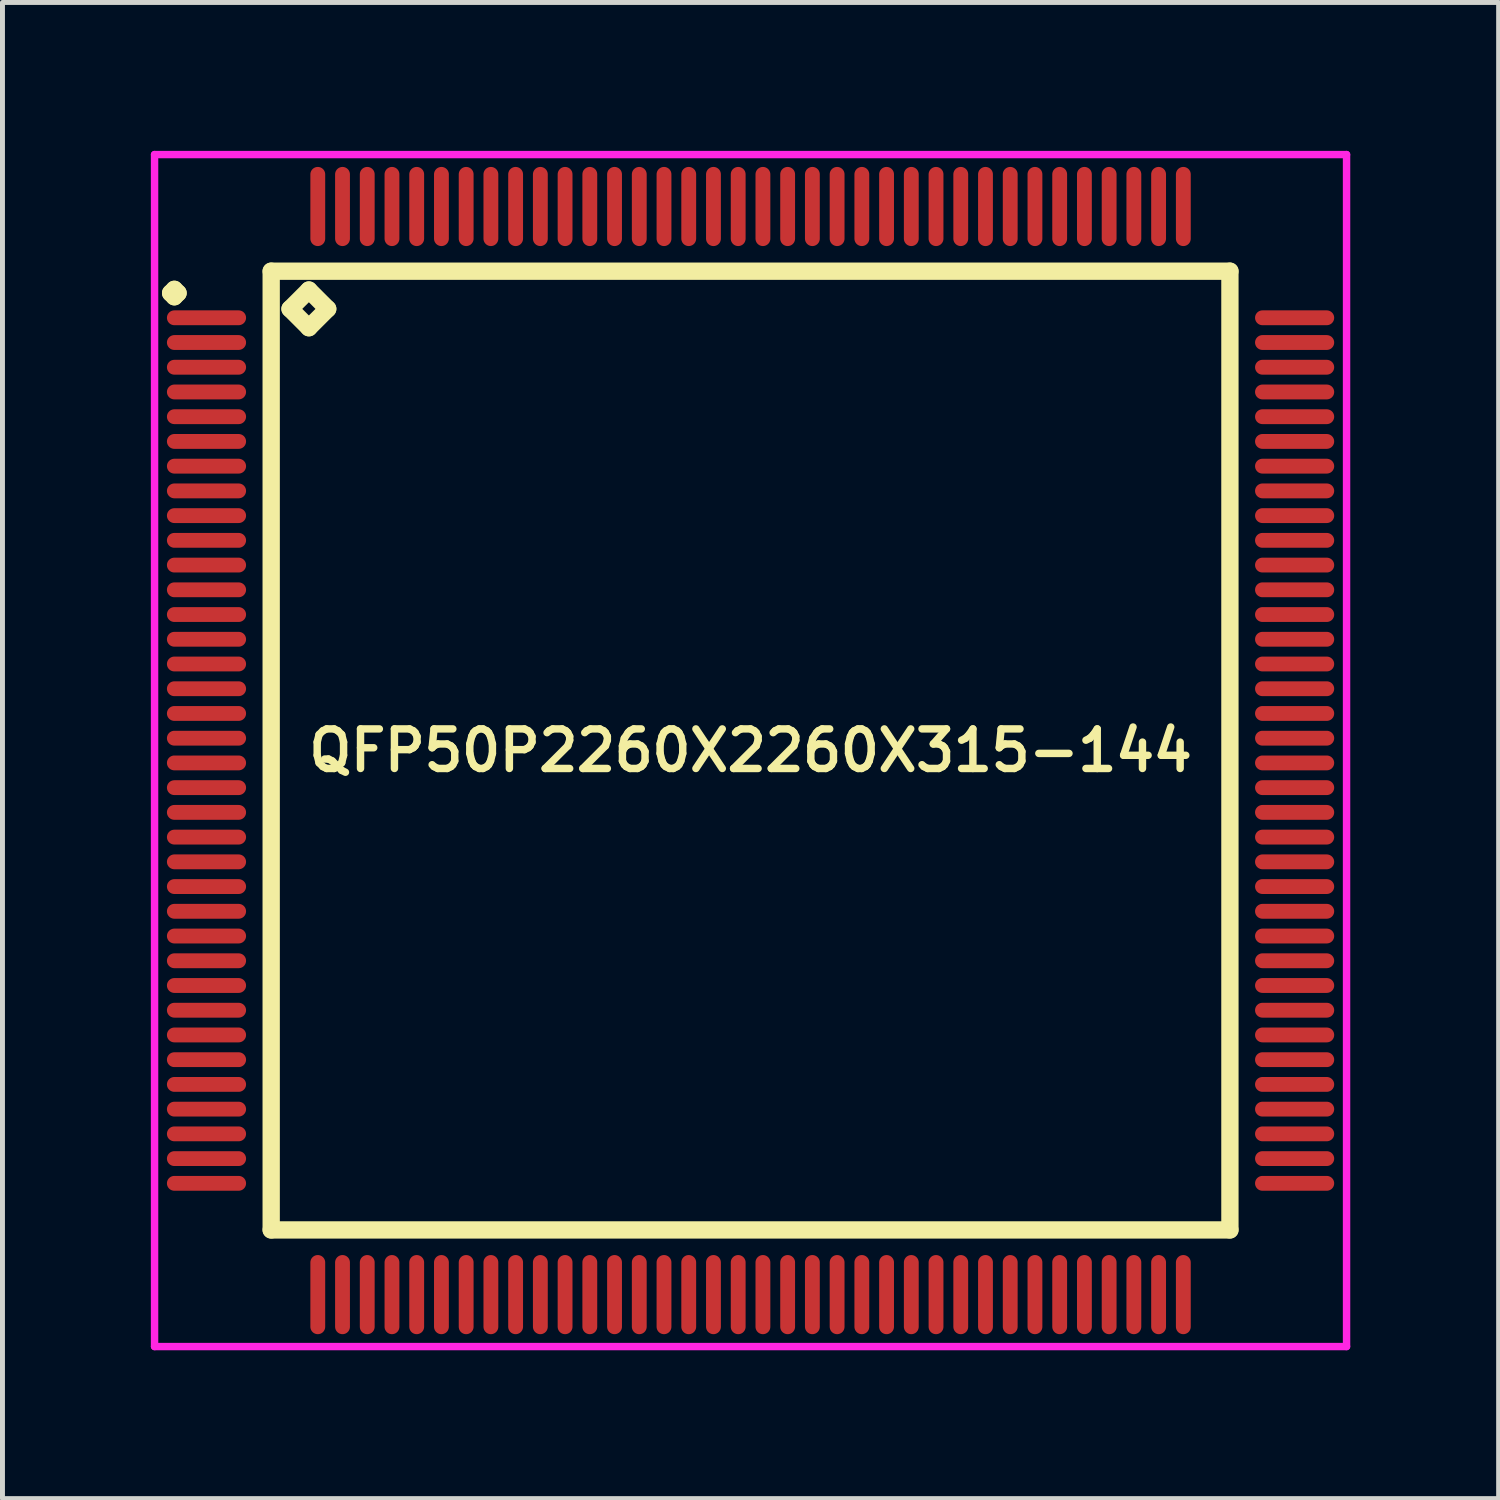
<source format=kicad_pcb>
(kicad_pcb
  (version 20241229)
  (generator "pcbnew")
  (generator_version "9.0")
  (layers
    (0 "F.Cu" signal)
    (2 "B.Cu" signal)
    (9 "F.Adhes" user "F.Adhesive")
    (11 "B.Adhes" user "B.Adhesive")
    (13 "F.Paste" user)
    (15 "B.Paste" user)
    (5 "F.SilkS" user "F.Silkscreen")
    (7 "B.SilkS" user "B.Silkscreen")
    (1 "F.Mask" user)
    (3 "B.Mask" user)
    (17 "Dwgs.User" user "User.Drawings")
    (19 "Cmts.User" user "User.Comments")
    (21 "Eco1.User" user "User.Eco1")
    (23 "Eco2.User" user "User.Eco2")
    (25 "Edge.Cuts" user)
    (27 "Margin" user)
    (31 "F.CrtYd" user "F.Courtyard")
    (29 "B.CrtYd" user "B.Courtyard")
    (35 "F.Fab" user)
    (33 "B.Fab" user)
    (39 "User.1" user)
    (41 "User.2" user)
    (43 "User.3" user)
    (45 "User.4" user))
  (footprint "QFP50P2260X2260X315-144"
    (layer "F.Cu")
    (at 12.125 12.125)
    (property "Reference" "QFP50P2260X2260X315-144" (at 0 0 0) (layer "F.SilkS") (effects (font (size 0.8 0.8) (thickness 0.15))))
    (attr smd)
    (fp_line (start -11.725 -9.25) (end -11.65 -9.325) (stroke (width 0.35) (type solid)) (layer "F.SilkS"))
    (fp_line (start -11.65 -9.325) (end -11.575 -9.25) (stroke (width 0.35) (type solid)) (layer "F.SilkS"))
    (fp_line (start -11.65 -9.175) (end -11.725 -9.25) (stroke (width 0.35) (type solid)) (layer "F.SilkS"))
    (fp_line (start -11.575 -9.25) (end -11.65 -9.175) (stroke (width 0.35) (type solid)) (layer "F.SilkS"))
    (fp_line (start -9.692 -9.692) (end -9.692 9.692) (stroke (width 0.35) (type solid)) (layer "F.SilkS"))
    (fp_line (start -9.692 9.692) (end 9.692 9.692) (stroke (width 0.35) (type solid)) (layer "F.SilkS"))
    (fp_line (start -9.311 -8.93) (end -8.93 -9.311) (stroke (width 0.35) (type solid)) (layer "F.SilkS"))
    (fp_line (start -8.93 -9.311) (end -8.549 -8.93) (stroke (width 0.35) (type solid)) (layer "F.SilkS"))
    (fp_line (start -8.93 -8.549) (end -9.311 -8.93) (stroke (width 0.35) (type solid)) (layer "F.SilkS"))
    (fp_line (start -8.549 -8.93) (end -8.93 -8.549) (stroke (width 0.35) (type solid)) (layer "F.SilkS"))
    (fp_line (start 9.692 -9.692) (end -9.692 -9.692) (stroke (width 0.35) (type solid)) (layer "F.SilkS"))
    (fp_line (start 9.692 9.692) (end 9.692 -9.692) (stroke (width 0.35) (type solid)) (layer "F.SilkS"))
    (fp_line (start -12.05 -12.05) (end 12.05 -12.05) (stroke (width 0.15) (type solid)) (layer "F.CrtYd"))
    (fp_line (start -12.05 12.05) (end -12.05 -12.05) (stroke (width 0.15) (type solid)) (layer "F.CrtYd"))
    (fp_line (start 12.05 -12.05) (end 12.05 12.05) (stroke (width 0.15) (type solid)) (layer "F.CrtYd"))
    (fp_line (start 12.05 12.05) (end -12.05 12.05) (stroke (width 0.15) (type solid)) (layer "F.CrtYd"))
    (pad "1" smd oval (at -11 -8.75) (size 1.6 0.3) (layers "F.Cu" "F.Mask" "F.Paste"))
    (pad "2" smd oval (at -11 -8.25) (size 1.6 0.3) (layers "F.Cu" "F.Mask" "F.Paste"))
    (pad "3" smd oval (at -11 -7.75) (size 1.6 0.3) (layers "F.Cu" "F.Mask" "F.Paste"))
    (pad "4" smd oval (at -11 -7.25) (size 1.6 0.3) (layers "F.Cu" "F.Mask" "F.Paste"))
    (pad "5" smd oval (at -11 -6.75) (size 1.6 0.3) (layers "F.Cu" "F.Mask" "F.Paste"))
    (pad "6" smd oval (at -11 -6.25) (size 1.6 0.3) (layers "F.Cu" "F.Mask" "F.Paste"))
    (pad "7" smd oval (at -11 -5.75) (size 1.6 0.3) (layers "F.Cu" "F.Mask" "F.Paste"))
    (pad "8" smd oval (at -11 -5.25) (size 1.6 0.3) (layers "F.Cu" "F.Mask" "F.Paste"))
    (pad "9" smd oval (at -11 -4.75) (size 1.6 0.3) (layers "F.Cu" "F.Mask" "F.Paste"))
    (pad "10" smd oval (at -11 -4.25) (size 1.6 0.3) (layers "F.Cu" "F.Mask" "F.Paste"))
    (pad "11" smd oval (at -11 -3.75) (size 1.6 0.3) (layers "F.Cu" "F.Mask" "F.Paste"))
    (pad "12" smd oval (at -11 -3.25) (size 1.6 0.3) (layers "F.Cu" "F.Mask" "F.Paste"))
    (pad "13" smd oval (at -11 -2.75) (size 1.6 0.3) (layers "F.Cu" "F.Mask" "F.Paste"))
    (pad "14" smd oval (at -11 -2.25) (size 1.6 0.3) (layers "F.Cu" "F.Mask" "F.Paste"))
    (pad "15" smd oval (at -11 -1.75) (size 1.6 0.3) (layers "F.Cu" "F.Mask" "F.Paste"))
    (pad "16" smd oval (at -11 -1.25) (size 1.6 0.3) (layers "F.Cu" "F.Mask" "F.Paste"))
    (pad "17" smd oval (at -11 -0.75) (size 1.6 0.3) (layers "F.Cu" "F.Mask" "F.Paste"))
    (pad "18" smd oval (at -11 -0.25) (size 1.6 0.3) (layers "F.Cu" "F.Mask" "F.Paste"))
    (pad "19" smd oval (at -11 0.25) (size 1.6 0.3) (layers "F.Cu" "F.Mask" "F.Paste"))
    (pad "20" smd oval (at -11 0.75) (size 1.6 0.3) (layers "F.Cu" "F.Mask" "F.Paste"))
    (pad "21" smd oval (at -11 1.25) (size 1.6 0.3) (layers "F.Cu" "F.Mask" "F.Paste"))
    (pad "22" smd oval (at -11 1.75) (size 1.6 0.3) (layers "F.Cu" "F.Mask" "F.Paste"))
    (pad "23" smd oval (at -11 2.25) (size 1.6 0.3) (layers "F.Cu" "F.Mask" "F.Paste"))
    (pad "24" smd oval (at -11 2.75) (size 1.6 0.3) (layers "F.Cu" "F.Mask" "F.Paste"))
    (pad "25" smd oval (at -11 3.25) (size 1.6 0.3) (layers "F.Cu" "F.Mask" "F.Paste"))
    (pad "26" smd oval (at -11 3.75) (size 1.6 0.3) (layers "F.Cu" "F.Mask" "F.Paste"))
    (pad "27" smd oval (at -11 4.25) (size 1.6 0.3) (layers "F.Cu" "F.Mask" "F.Paste"))
    (pad "28" smd oval (at -11 4.75) (size 1.6 0.3) (layers "F.Cu" "F.Mask" "F.Paste"))
    (pad "29" smd oval (at -11 5.25) (size 1.6 0.3) (layers "F.Cu" "F.Mask" "F.Paste"))
    (pad "30" smd oval (at -11 5.75) (size 1.6 0.3) (layers "F.Cu" "F.Mask" "F.Paste"))
    (pad "31" smd oval (at -11 6.25) (size 1.6 0.3) (layers "F.Cu" "F.Mask" "F.Paste"))
    (pad "32" smd oval (at -11 6.75) (size 1.6 0.3) (layers "F.Cu" "F.Mask" "F.Paste"))
    (pad "33" smd oval (at -11 7.25) (size 1.6 0.3) (layers "F.Cu" "F.Mask" "F.Paste"))
    (pad "34" smd oval (at -11 7.75) (size 1.6 0.3) (layers "F.Cu" "F.Mask" "F.Paste"))
    (pad "35" smd oval (at -11 8.25) (size 1.6 0.3) (layers "F.Cu" "F.Mask" "F.Paste"))
    (pad "36" smd oval (at -11 8.75) (size 1.6 0.3) (layers "F.Cu" "F.Mask" "F.Paste"))
    (pad "37" smd oval (at -8.75 11) (size 0.3 1.6) (layers "F.Cu" "F.Mask" "F.Paste"))
    (pad "38" smd oval (at -8.25 11) (size 0.3 1.6) (layers "F.Cu" "F.Mask" "F.Paste"))
    (pad "39" smd oval (at -7.75 11) (size 0.3 1.6) (layers "F.Cu" "F.Mask" "F.Paste"))
    (pad "40" smd oval (at -7.25 11) (size 0.3 1.6) (layers "F.Cu" "F.Mask" "F.Paste"))
    (pad "41" smd oval (at -6.75 11) (size 0.3 1.6) (layers "F.Cu" "F.Mask" "F.Paste"))
    (pad "42" smd oval (at -6.25 11) (size 0.3 1.6) (layers "F.Cu" "F.Mask" "F.Paste"))
    (pad "43" smd oval (at -5.75 11) (size 0.3 1.6) (layers "F.Cu" "F.Mask" "F.Paste"))
    (pad "44" smd oval (at -5.25 11) (size 0.3 1.6) (layers "F.Cu" "F.Mask" "F.Paste"))
    (pad "45" smd oval (at -4.75 11) (size 0.3 1.6) (layers "F.Cu" "F.Mask" "F.Paste"))
    (pad "46" smd oval (at -4.25 11) (size 0.3 1.6) (layers "F.Cu" "F.Mask" "F.Paste"))
    (pad "47" smd oval (at -3.75 11) (size 0.3 1.6) (layers "F.Cu" "F.Mask" "F.Paste"))
    (pad "48" smd oval (at -3.25 11) (size 0.3 1.6) (layers "F.Cu" "F.Mask" "F.Paste"))
    (pad "49" smd oval (at -2.75 11) (size 0.3 1.6) (layers "F.Cu" "F.Mask" "F.Paste"))
    (pad "50" smd oval (at -2.25 11) (size 0.3 1.6) (layers "F.Cu" "F.Mask" "F.Paste"))
    (pad "51" smd oval (at -1.75 11) (size 0.3 1.6) (layers "F.Cu" "F.Mask" "F.Paste"))
    (pad "52" smd oval (at -1.25 11) (size 0.3 1.6) (layers "F.Cu" "F.Mask" "F.Paste"))
    (pad "53" smd oval (at -0.75 11) (size 0.3 1.6) (layers "F.Cu" "F.Mask" "F.Paste"))
    (pad "54" smd oval (at -0.25 11) (size 0.3 1.6) (layers "F.Cu" "F.Mask" "F.Paste"))
    (pad "55" smd oval (at 0.25 11) (size 0.3 1.6) (layers "F.Cu" "F.Mask" "F.Paste"))
    (pad "56" smd oval (at 0.75 11) (size 0.3 1.6) (layers "F.Cu" "F.Mask" "F.Paste"))
    (pad "57" smd oval (at 1.25 11) (size 0.3 1.6) (layers "F.Cu" "F.Mask" "F.Paste"))
    (pad "58" smd oval (at 1.75 11) (size 0.3 1.6) (layers "F.Cu" "F.Mask" "F.Paste"))
    (pad "59" smd oval (at 2.25 11) (size 0.3 1.6) (layers "F.Cu" "F.Mask" "F.Paste"))
    (pad "60" smd oval (at 2.75 11) (size 0.3 1.6) (layers "F.Cu" "F.Mask" "F.Paste"))
    (pad "61" smd oval (at 3.25 11) (size 0.3 1.6) (layers "F.Cu" "F.Mask" "F.Paste"))
    (pad "62" smd oval (at 3.75 11) (size 0.3 1.6) (layers "F.Cu" "F.Mask" "F.Paste"))
    (pad "63" smd oval (at 4.25 11) (size 0.3 1.6) (layers "F.Cu" "F.Mask" "F.Paste"))
    (pad "64" smd oval (at 4.75 11) (size 0.3 1.6) (layers "F.Cu" "F.Mask" "F.Paste"))
    (pad "65" smd oval (at 5.25 11) (size 0.3 1.6) (layers "F.Cu" "F.Mask" "F.Paste"))
    (pad "66" smd oval (at 5.75 11) (size 0.3 1.6) (layers "F.Cu" "F.Mask" "F.Paste"))
    (pad "67" smd oval (at 6.25 11) (size 0.3 1.6) (layers "F.Cu" "F.Mask" "F.Paste"))
    (pad "68" smd oval (at 6.75 11) (size 0.3 1.6) (layers "F.Cu" "F.Mask" "F.Paste"))
    (pad "69" smd oval (at 7.25 11) (size 0.3 1.6) (layers "F.Cu" "F.Mask" "F.Paste"))
    (pad "70" smd oval (at 7.75 11) (size 0.3 1.6) (layers "F.Cu" "F.Mask" "F.Paste"))
    (pad "71" smd oval (at 8.25 11) (size 0.3 1.6) (layers "F.Cu" "F.Mask" "F.Paste"))
    (pad "72" smd oval (at 8.75 11) (size 0.3 1.6) (layers "F.Cu" "F.Mask" "F.Paste"))
    (pad "73" smd oval (at 11 8.75) (size 1.6 0.3) (layers "F.Cu" "F.Mask" "F.Paste"))
    (pad "74" smd oval (at 11 8.25) (size 1.6 0.3) (layers "F.Cu" "F.Mask" "F.Paste"))
    (pad "75" smd oval (at 11 7.75) (size 1.6 0.3) (layers "F.Cu" "F.Mask" "F.Paste"))
    (pad "76" smd oval (at 11 7.25) (size 1.6 0.3) (layers "F.Cu" "F.Mask" "F.Paste"))
    (pad "77" smd oval (at 11 6.75) (size 1.6 0.3) (layers "F.Cu" "F.Mask" "F.Paste"))
    (pad "78" smd oval (at 11 6.25) (size 1.6 0.3) (layers "F.Cu" "F.Mask" "F.Paste"))
    (pad "79" smd oval (at 11 5.75) (size 1.6 0.3) (layers "F.Cu" "F.Mask" "F.Paste"))
    (pad "80" smd oval (at 11 5.25) (size 1.6 0.3) (layers "F.Cu" "F.Mask" "F.Paste"))
    (pad "81" smd oval (at 11 4.75) (size 1.6 0.3) (layers "F.Cu" "F.Mask" "F.Paste"))
    (pad "82" smd oval (at 11 4.25) (size 1.6 0.3) (layers "F.Cu" "F.Mask" "F.Paste"))
    (pad "83" smd oval (at 11 3.75) (size 1.6 0.3) (layers "F.Cu" "F.Mask" "F.Paste"))
    (pad "84" smd oval (at 11 3.25) (size 1.6 0.3) (layers "F.Cu" "F.Mask" "F.Paste"))
    (pad "85" smd oval (at 11 2.75) (size 1.6 0.3) (layers "F.Cu" "F.Mask" "F.Paste"))
    (pad "86" smd oval (at 11 2.25) (size 1.6 0.3) (layers "F.Cu" "F.Mask" "F.Paste"))
    (pad "87" smd oval (at 11 1.75) (size 1.6 0.3) (layers "F.Cu" "F.Mask" "F.Paste"))
    (pad "88" smd oval (at 11 1.25) (size 1.6 0.3) (layers "F.Cu" "F.Mask" "F.Paste"))
    (pad "89" smd oval (at 11 0.75) (size 1.6 0.3) (layers "F.Cu" "F.Mask" "F.Paste"))
    (pad "90" smd oval (at 11 0.25) (size 1.6 0.3) (layers "F.Cu" "F.Mask" "F.Paste"))
    (pad "91" smd oval (at 11 -0.25) (size 1.6 0.3) (layers "F.Cu" "F.Mask" "F.Paste"))
    (pad "92" smd oval (at 11 -0.75) (size 1.6 0.3) (layers "F.Cu" "F.Mask" "F.Paste"))
    (pad "93" smd oval (at 11 -1.25) (size 1.6 0.3) (layers "F.Cu" "F.Mask" "F.Paste"))
    (pad "94" smd oval (at 11 -1.75) (size 1.6 0.3) (layers "F.Cu" "F.Mask" "F.Paste"))
    (pad "95" smd oval (at 11 -2.25) (size 1.6 0.3) (layers "F.Cu" "F.Mask" "F.Paste"))
    (pad "96" smd oval (at 11 -2.75) (size 1.6 0.3) (layers "F.Cu" "F.Mask" "F.Paste"))
    (pad "97" smd oval (at 11 -3.25) (size 1.6 0.3) (layers "F.Cu" "F.Mask" "F.Paste"))
    (pad "98" smd oval (at 11 -3.75) (size 1.6 0.3) (layers "F.Cu" "F.Mask" "F.Paste"))
    (pad "99" smd oval (at 11 -4.25) (size 1.6 0.3) (layers "F.Cu" "F.Mask" "F.Paste"))
    (pad "100" smd oval (at 11 -4.75) (size 1.6 0.3) (layers "F.Cu" "F.Mask" "F.Paste"))
    (pad "101" smd oval (at 11 -5.25) (size 1.6 0.3) (layers "F.Cu" "F.Mask" "F.Paste"))
    (pad "102" smd oval (at 11 -5.75) (size 1.6 0.3) (layers "F.Cu" "F.Mask" "F.Paste"))
    (pad "103" smd oval (at 11 -6.25) (size 1.6 0.3) (layers "F.Cu" "F.Mask" "F.Paste"))
    (pad "104" smd oval (at 11 -6.75) (size 1.6 0.3) (layers "F.Cu" "F.Mask" "F.Paste"))
    (pad "105" smd oval (at 11 -7.25) (size 1.6 0.3) (layers "F.Cu" "F.Mask" "F.Paste"))
    (pad "106" smd oval (at 11 -7.75) (size 1.6 0.3) (layers "F.Cu" "F.Mask" "F.Paste"))
    (pad "107" smd oval (at 11 -8.25) (size 1.6 0.3) (layers "F.Cu" "F.Mask" "F.Paste"))
    (pad "108" smd oval (at 11 -8.75) (size 1.6 0.3) (layers "F.Cu" "F.Mask" "F.Paste"))
    (pad "109" smd oval (at 8.75 -11) (size 0.3 1.6) (layers "F.Cu" "F.Mask" "F.Paste"))
    (pad "110" smd oval (at 8.25 -11) (size 0.3 1.6) (layers "F.Cu" "F.Mask" "F.Paste"))
    (pad "111" smd oval (at 7.75 -11) (size 0.3 1.6) (layers "F.Cu" "F.Mask" "F.Paste"))
    (pad "112" smd oval (at 7.25 -11) (size 0.3 1.6) (layers "F.Cu" "F.Mask" "F.Paste"))
    (pad "113" smd oval (at 6.75 -11) (size 0.3 1.6) (layers "F.Cu" "F.Mask" "F.Paste"))
    (pad "114" smd oval (at 6.25 -11) (size 0.3 1.6) (layers "F.Cu" "F.Mask" "F.Paste"))
    (pad "115" smd oval (at 5.75 -11) (size 0.3 1.6) (layers "F.Cu" "F.Mask" "F.Paste"))
    (pad "116" smd oval (at 5.25 -11) (size 0.3 1.6) (layers "F.Cu" "F.Mask" "F.Paste"))
    (pad "117" smd oval (at 4.75 -11) (size 0.3 1.6) (layers "F.Cu" "F.Mask" "F.Paste"))
    (pad "118" smd oval (at 4.25 -11) (size 0.3 1.6) (layers "F.Cu" "F.Mask" "F.Paste"))
    (pad "119" smd oval (at 3.75 -11) (size 0.3 1.6) (layers "F.Cu" "F.Mask" "F.Paste"))
    (pad "120" smd oval (at 3.25 -11) (size 0.3 1.6) (layers "F.Cu" "F.Mask" "F.Paste"))
    (pad "121" smd oval (at 2.75 -11) (size 0.3 1.6) (layers "F.Cu" "F.Mask" "F.Paste"))
    (pad "122" smd oval (at 2.25 -11) (size 0.3 1.6) (layers "F.Cu" "F.Mask" "F.Paste"))
    (pad "123" smd oval (at 1.75 -11) (size 0.3 1.6) (layers "F.Cu" "F.Mask" "F.Paste"))
    (pad "124" smd oval (at 1.25 -11) (size 0.3 1.6) (layers "F.Cu" "F.Mask" "F.Paste"))
    (pad "125" smd oval (at 0.75 -11) (size 0.3 1.6) (layers "F.Cu" "F.Mask" "F.Paste"))
    (pad "126" smd oval (at 0.25 -11) (size 0.3 1.6) (layers "F.Cu" "F.Mask" "F.Paste"))
    (pad "127" smd oval (at -0.25 -11) (size 0.3 1.6) (layers "F.Cu" "F.Mask" "F.Paste"))
    (pad "128" smd oval (at -0.75 -11) (size 0.3 1.6) (layers "F.Cu" "F.Mask" "F.Paste"))
    (pad "129" smd oval (at -1.25 -11) (size 0.3 1.6) (layers "F.Cu" "F.Mask" "F.Paste"))
    (pad "130" smd oval (at -1.75 -11) (size 0.3 1.6) (layers "F.Cu" "F.Mask" "F.Paste"))
    (pad "131" smd oval (at -2.25 -11) (size 0.3 1.6) (layers "F.Cu" "F.Mask" "F.Paste"))
    (pad "132" smd oval (at -2.75 -11) (size 0.3 1.6) (layers "F.Cu" "F.Mask" "F.Paste"))
    (pad "133" smd oval (at -3.25 -11) (size 0.3 1.6) (layers "F.Cu" "F.Mask" "F.Paste"))
    (pad "134" smd oval (at -3.75 -11) (size 0.3 1.6) (layers "F.Cu" "F.Mask" "F.Paste"))
    (pad "135" smd oval (at -4.25 -11) (size 0.3 1.6) (layers "F.Cu" "F.Mask" "F.Paste"))
    (pad "136" smd oval (at -4.75 -11) (size 0.3 1.6) (layers "F.Cu" "F.Mask" "F.Paste"))
    (pad "137" smd oval (at -5.25 -11) (size 0.3 1.6) (layers "F.Cu" "F.Mask" "F.Paste"))
    (pad "138" smd oval (at -5.75 -11) (size 0.3 1.6) (layers "F.Cu" "F.Mask" "F.Paste"))
    (pad "139" smd oval (at -6.25 -11) (size 0.3 1.6) (layers "F.Cu" "F.Mask" "F.Paste"))
    (pad "140" smd oval (at -6.75 -11) (size 0.3 1.6) (layers "F.Cu" "F.Mask" "F.Paste"))
    (pad "141" smd oval (at -7.25 -11) (size 0.3 1.6) (layers "F.Cu" "F.Mask" "F.Paste"))
    (pad "142" smd oval (at -7.75 -11) (size 0.3 1.6) (layers "F.Cu" "F.Mask" "F.Paste"))
    (pad "143" smd oval (at -8.25 -11) (size 0.3 1.6) (layers "F.Cu" "F.Mask" "F.Paste"))
    (pad "144" smd oval (at -8.75 -11) (size 0.3 1.6) (layers "F.Cu" "F.Mask" "F.Paste")))
  (gr_rect
    (start -3 -3)
    (end 27.25 27.25)
    (stroke (width 0.1) (type default))
    (fill no)
    (layer "Edge.Cuts")))
</source>
